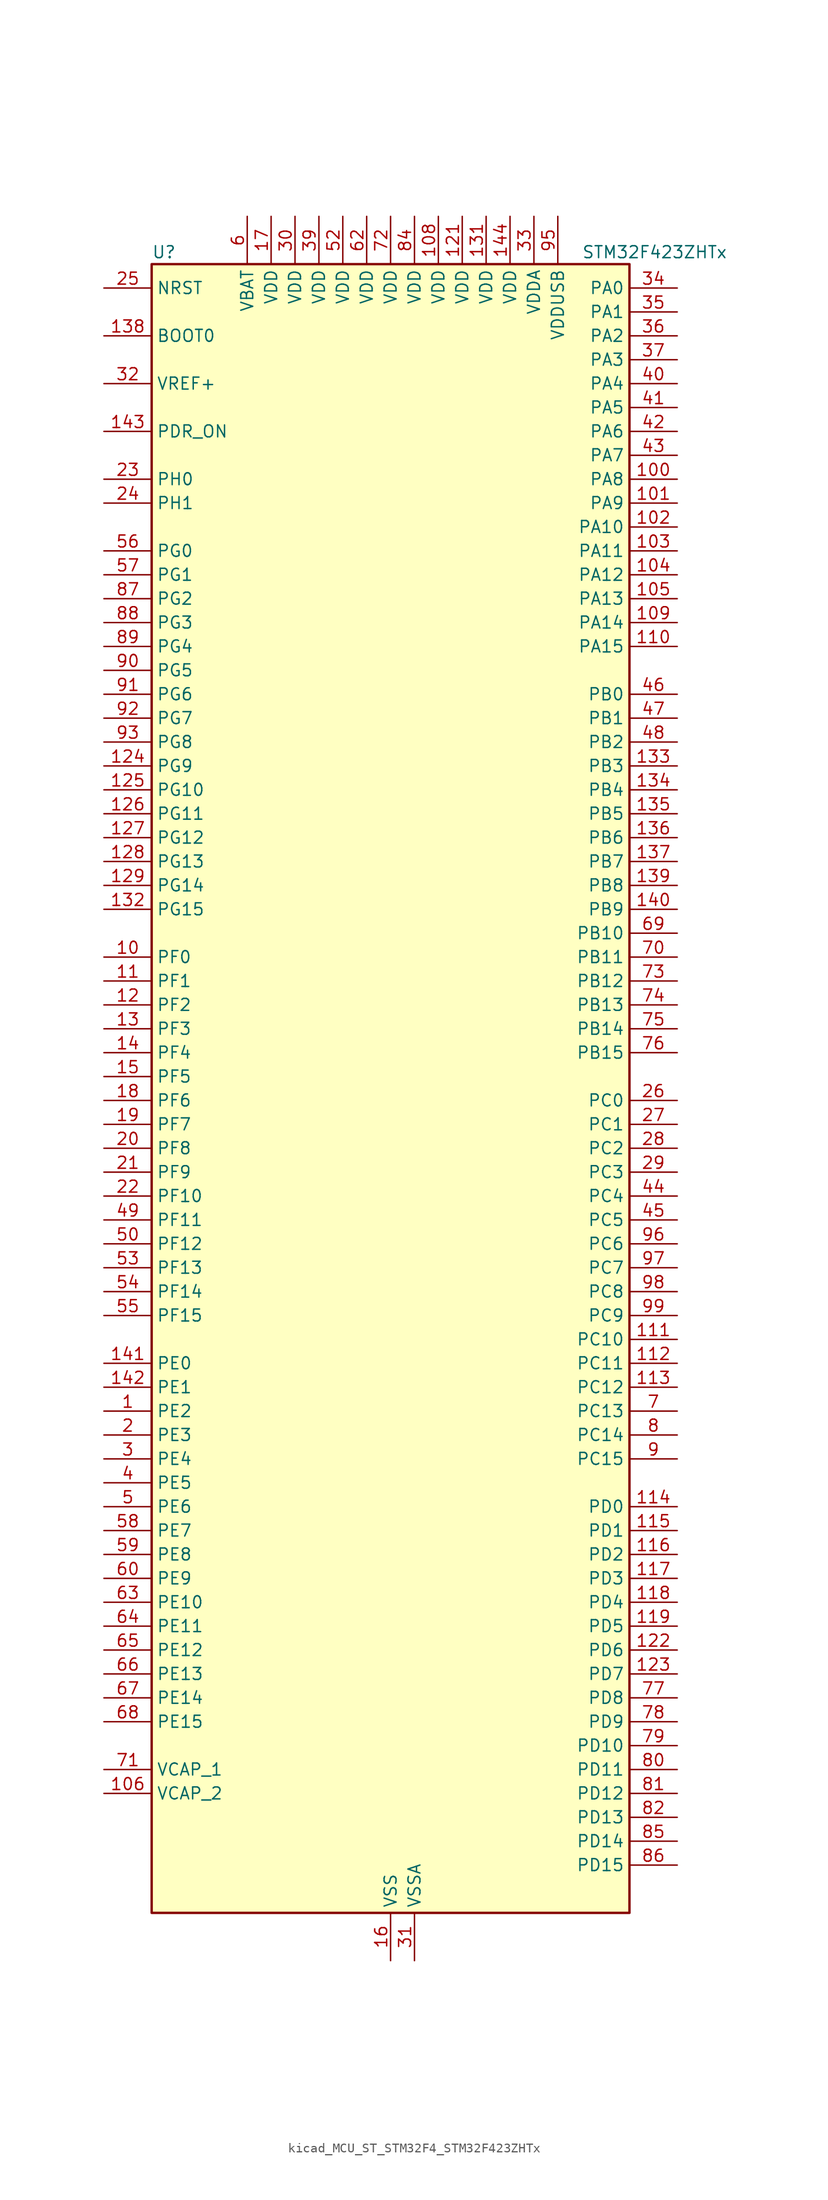
<source format=kicad_sym>
(kicad_symbol_lib
  (version 20220914)
  (generator kicad_symbol_editor)
  (symbol "kicad_MCU_ST_STM32F4_STM32F423ZHTx"
    (property "Reference" "U"
      (at -25.4 90.17 0)
      (effects (font (size 1.27 1.27)) (justify left)))
    (property "Value" "STM32F423ZHTx"
      (at 20.32 90.17 0)
      (effects (font (size 1.27 1.27)) (justify left)))
    (property "ki_locked" ""
      (at 0 0 0)
      (effects (font (size 1.27 1.27))))
    (symbol "kicad_MCU_ST_STM32F4_STM32F423ZHTx_0_1"
      (rectangle (start -25.4 -86.36) (end 25.4 88.9) (stroke (width 0.254) (type default)) (fill (type background))))
    (symbol "kicad_MCU_ST_STM32F4_STM32F423ZHTx_1_1"
      (pin bidirectional line (at -30.48 -33.02 0) (length 5.08) (name "PE2" (effects (font (size 1.27 1.27)))) (number "1" (effects (font (size 1.27 1.27)))) (alternate "FSMC_A23" bidirectional line) (alternate "I2S4_CK" bidirectional line) (alternate "I2S5_CK" bidirectional line) (alternate "QUADSPI_BK1_IO2" bidirectional line) (alternate "SAI1_MCLK_A" bidirectional line) (alternate "SPI4_SCK" bidirectional line) (alternate "SPI5_SCK" bidirectional line) (alternate "SYS_TRACECLK" bidirectional line) (alternate "UART10_RX" bidirectional line))
      (pin bidirectional line (at -30.48 15.24 0) (length 5.08) (name "PF0" (effects (font (size 1.27 1.27)))) (number "10" (effects (font (size 1.27 1.27)))) (alternate "FSMC_A0" bidirectional line) (alternate "I2C2_SDA" bidirectional line))
      (pin bidirectional line (at 30.48 66.04 180) (length 5.08) (name "PA8" (effects (font (size 1.27 1.27)))) (number "100" (effects (font (size 1.27 1.27)))) (alternate "CAN3_RX" bidirectional line) (alternate "DFSDM1_CKOUT" bidirectional line) (alternate "I2C3_SCL" bidirectional line) (alternate "RCC_MCO_1" bidirectional line) (alternate "SDIO_D1" bidirectional line) (alternate "TIM1_CH1" bidirectional line) (alternate "UART7_RX" bidirectional line) (alternate "USART1_CK" bidirectional line) (alternate "USB_OTG_FS_SOF" bidirectional line))
      (pin bidirectional line (at 30.48 63.5 180) (length 5.08) (name "PA9" (effects (font (size 1.27 1.27)))) (number "101" (effects (font (size 1.27 1.27)))) (alternate "DAC_EXTI9" bidirectional line) (alternate "DFSDM2_CKIN3" bidirectional line) (alternate "I2C3_SMBA" bidirectional line) (alternate "I2S2_CK" bidirectional line) (alternate "SDIO_D2" bidirectional line) (alternate "SPI2_SCK" bidirectional line) (alternate "TIM1_CH2" bidirectional line) (alternate "USART1_TX" bidirectional line) (alternate "USB_OTG_FS_VBUS" bidirectional line))
      (pin bidirectional line (at 30.48 60.96 180) (length 5.08) (name "PA10" (effects (font (size 1.27 1.27)))) (number "102" (effects (font (size 1.27 1.27)))) (alternate "DFSDM2_DATIN3" bidirectional line) (alternate "I2S2_SD" bidirectional line) (alternate "I2S5_SD" bidirectional line) (alternate "SPI2_MOSI" bidirectional line) (alternate "SPI5_MOSI" bidirectional line) (alternate "TIM1_CH3" bidirectional line) (alternate "USART1_RX" bidirectional line) (alternate "USB_OTG_FS_ID" bidirectional line))
      (pin bidirectional line (at 30.48 58.42 180) (length 5.08) (name "PA11" (effects (font (size 1.27 1.27)))) (number "103" (effects (font (size 1.27 1.27)))) (alternate "ADC1_EXTI11" bidirectional line) (alternate "CAN1_RX" bidirectional line) (alternate "DFSDM2_CKIN5" bidirectional line) (alternate "I2S2_WS" bidirectional line) (alternate "SPI2_NSS" bidirectional line) (alternate "SPI4_MISO" bidirectional line) (alternate "TIM1_CH4" bidirectional line) (alternate "UART4_RX" bidirectional line) (alternate "USART1_CTS" bidirectional line) (alternate "USART6_TX" bidirectional line) (alternate "USB_OTG_FS_DM" bidirectional line))
      (pin bidirectional line (at 30.48 55.88 180) (length 5.08) (name "PA12" (effects (font (size 1.27 1.27)))) (number "104" (effects (font (size 1.27 1.27)))) (alternate "CAN1_TX" bidirectional line) (alternate "DFSDM2_DATIN5" bidirectional line) (alternate "SPI2_MISO" bidirectional line) (alternate "SPI5_MISO" bidirectional line) (alternate "TIM1_ETR" bidirectional line) (alternate "UART4_TX" bidirectional line) (alternate "USART1_RTS" bidirectional line) (alternate "USART6_RX" bidirectional line) (alternate "USB_OTG_FS_DP" bidirectional line))
      (pin bidirectional line (at 30.48 53.34 180) (length 5.08) (name "PA13" (effects (font (size 1.27 1.27)))) (number "105" (effects (font (size 1.27 1.27)))) (alternate "SYS_JTMS-SWDIO" bidirectional line))
      (pin power_out line (at -30.48 -73.66 0) (length 5.08) (name "VCAP_2" (effects (font (size 1.27 1.27)))) (number "106" (effects (font (size 1.27 1.27)))))
      (pin passive line (at 0 -91.44 90) (length 5.08) hide (name "VSS" (effects (font (size 1.27 1.27)))) (number "107" (effects (font (size 1.27 1.27)))))
      (pin power_in line (at 5.08 93.98 270) (length 5.08) (name "VDD" (effects (font (size 1.27 1.27)))) (number "108" (effects (font (size 1.27 1.27)))))
      (pin bidirectional line (at 30.48 50.8 180) (length 5.08) (name "PA14" (effects (font (size 1.27 1.27)))) (number "109" (effects (font (size 1.27 1.27)))) (alternate "SYS_JTCK-SWCLK" bidirectional line))
      (pin bidirectional line (at -30.48 12.7 0) (length 5.08) (name "PF1" (effects (font (size 1.27 1.27)))) (number "11" (effects (font (size 1.27 1.27)))) (alternate "FSMC_A1" bidirectional line) (alternate "I2C2_SCL" bidirectional line))
      (pin bidirectional line (at 30.48 48.26 180) (length 5.08) (name "PA15" (effects (font (size 1.27 1.27)))) (number "110" (effects (font (size 1.27 1.27)))) (alternate "ADC1_EXTI15" bidirectional line) (alternate "CAN3_TX" bidirectional line) (alternate "I2S1_WS" bidirectional line) (alternate "I2S3_WS" bidirectional line) (alternate "SAI1_MCLK_A" bidirectional line) (alternate "SPI1_NSS" bidirectional line) (alternate "SPI3_NSS" bidirectional line) (alternate "SYS_JTDI" bidirectional line) (alternate "TIM2_CH1" bidirectional line) (alternate "TIM2_ETR" bidirectional line) (alternate "UART7_TX" bidirectional line) (alternate "USART1_TX" bidirectional line))
      (pin bidirectional line (at 30.48 -25.4 180) (length 5.08) (name "PC10" (effects (font (size 1.27 1.27)))) (number "111" (effects (font (size 1.27 1.27)))) (alternate "DFSDM2_CKIN5" bidirectional line) (alternate "I2S3_CK" bidirectional line) (alternate "QUADSPI_BK1_IO1" bidirectional line) (alternate "SDIO_D2" bidirectional line) (alternate "SPI3_SCK" bidirectional line) (alternate "USART3_TX" bidirectional line))
      (pin bidirectional line (at 30.48 -27.94 180) (length 5.08) (name "PC11" (effects (font (size 1.27 1.27)))) (number "112" (effects (font (size 1.27 1.27)))) (alternate "ADC1_EXTI11" bidirectional line) (alternate "DFSDM2_DATIN5" bidirectional line) (alternate "FSMC_D2" bidirectional line) (alternate "FSMC_DA2" bidirectional line) (alternate "I2S3_ext_SD" bidirectional line) (alternate "QUADSPI_BK2_NCS" bidirectional line) (alternate "SDIO_D3" bidirectional line) (alternate "SPI3_MISO" bidirectional line) (alternate "UART4_RX" bidirectional line) (alternate "USART3_RX" bidirectional line))
      (pin bidirectional line (at 30.48 -30.48 180) (length 5.08) (name "PC12" (effects (font (size 1.27 1.27)))) (number "113" (effects (font (size 1.27 1.27)))) (alternate "FSMC_D3" bidirectional line) (alternate "FSMC_DA3" bidirectional line) (alternate "I2S3_SD" bidirectional line) (alternate "SDIO_CK" bidirectional line) (alternate "SPI3_MOSI" bidirectional line) (alternate "UART5_TX" bidirectional line) (alternate "USART3_CK" bidirectional line))
      (pin bidirectional line (at 30.48 -43.18 180) (length 5.08) (name "PD0" (effects (font (size 1.27 1.27)))) (number "114" (effects (font (size 1.27 1.27)))) (alternate "CAN1_RX" bidirectional line) (alternate "DFSDM2_CKIN6" bidirectional line) (alternate "FSMC_D2" bidirectional line) (alternate "FSMC_DA2" bidirectional line) (alternate "UART4_RX" bidirectional line))
      (pin bidirectional line (at 30.48 -45.72 180) (length 5.08) (name "PD1" (effects (font (size 1.27 1.27)))) (number "115" (effects (font (size 1.27 1.27)))) (alternate "CAN1_TX" bidirectional line) (alternate "DFSDM2_DATIN6" bidirectional line) (alternate "FSMC_D3" bidirectional line) (alternate "FSMC_DA3" bidirectional line) (alternate "UART4_TX" bidirectional line))
      (pin bidirectional line (at 30.48 -48.26 180) (length 5.08) (name "PD2" (effects (font (size 1.27 1.27)))) (number "116" (effects (font (size 1.27 1.27)))) (alternate "DFSDM2_CKOUT" bidirectional line) (alternate "FSMC_NWE" bidirectional line) (alternate "SDIO_CMD" bidirectional line) (alternate "TIM3_ETR" bidirectional line) (alternate "UART5_RX" bidirectional line))
      (pin bidirectional line (at 30.48 -50.8 180) (length 5.08) (name "PD3" (effects (font (size 1.27 1.27)))) (number "117" (effects (font (size 1.27 1.27)))) (alternate "DFSDM1_DATIN0" bidirectional line) (alternate "FSMC_CLK" bidirectional line) (alternate "I2S2_CK" bidirectional line) (alternate "QUADSPI_CLK" bidirectional line) (alternate "SPI2_SCK" bidirectional line) (alternate "SYS_TRACED1" bidirectional line) (alternate "USART2_CTS" bidirectional line))
      (pin bidirectional line (at 30.48 -53.34 180) (length 5.08) (name "PD4" (effects (font (size 1.27 1.27)))) (number "118" (effects (font (size 1.27 1.27)))) (alternate "DFSDM1_CKIN0" bidirectional line) (alternate "FSMC_NOE" bidirectional line) (alternate "USART2_RTS" bidirectional line))
      (pin bidirectional line (at 30.48 -55.88 180) (length 5.08) (name "PD5" (effects (font (size 1.27 1.27)))) (number "119" (effects (font (size 1.27 1.27)))) (alternate "DFSDM2_CKOUT" bidirectional line) (alternate "FSMC_NWE" bidirectional line) (alternate "USART2_TX" bidirectional line))
      (pin bidirectional line (at -30.48 10.16 0) (length 5.08) (name "PF2" (effects (font (size 1.27 1.27)))) (number "12" (effects (font (size 1.27 1.27)))) (alternate "FSMC_A2" bidirectional line) (alternate "I2C2_SMBA" bidirectional line))
      (pin passive line (at 0 -91.44 90) (length 5.08) hide (name "VSS" (effects (font (size 1.27 1.27)))) (number "120" (effects (font (size 1.27 1.27)))))
      (pin power_in line (at 7.62 93.98 270) (length 5.08) (name "VDD" (effects (font (size 1.27 1.27)))) (number "121" (effects (font (size 1.27 1.27)))))
      (pin bidirectional line (at 30.48 -58.42 180) (length 5.08) (name "PD6" (effects (font (size 1.27 1.27)))) (number "122" (effects (font (size 1.27 1.27)))) (alternate "DFSDM1_DATIN1" bidirectional line) (alternate "FSMC_NWAIT" bidirectional line) (alternate "I2S3_SD" bidirectional line) (alternate "SPI3_MOSI" bidirectional line) (alternate "USART2_RX" bidirectional line))
      (pin bidirectional line (at 30.48 -60.96 180) (length 5.08) (name "PD7" (effects (font (size 1.27 1.27)))) (number "123" (effects (font (size 1.27 1.27)))) (alternate "DFSDM1_CKIN1" bidirectional line) (alternate "FSMC_NE1" bidirectional line) (alternate "USART2_CK" bidirectional line))
      (pin bidirectional line (at -30.48 35.56 0) (length 5.08) (name "PG9" (effects (font (size 1.27 1.27)))) (number "124" (effects (font (size 1.27 1.27)))) (alternate "DAC_EXTI9" bidirectional line) (alternate "FSMC_NE2" bidirectional line) (alternate "QUADSPI_BK2_IO2" bidirectional line) (alternate "USART6_RX" bidirectional line))
      (pin bidirectional line (at -30.48 33.02 0) (length 5.08) (name "PG10" (effects (font (size 1.27 1.27)))) (number "125" (effects (font (size 1.27 1.27)))) (alternate "FSMC_NE3" bidirectional line))
      (pin bidirectional line (at -30.48 30.48 0) (length 5.08) (name "PG11" (effects (font (size 1.27 1.27)))) (number "126" (effects (font (size 1.27 1.27)))) (alternate "ADC1_EXTI11" bidirectional line) (alternate "CAN2_RX" bidirectional line) (alternate "UART10_RX" bidirectional line))
      (pin bidirectional line (at -30.48 27.94 0) (length 5.08) (name "PG12" (effects (font (size 1.27 1.27)))) (number "127" (effects (font (size 1.27 1.27)))) (alternate "CAN2_TX" bidirectional line) (alternate "FSMC_NE4" bidirectional line) (alternate "UART10_TX" bidirectional line) (alternate "USART6_RTS" bidirectional line))
      (pin bidirectional line (at -30.48 25.4 0) (length 5.08) (name "PG13" (effects (font (size 1.27 1.27)))) (number "128" (effects (font (size 1.27 1.27)))) (alternate "FSMC_A24" bidirectional line) (alternate "SYS_TRACED2" bidirectional line) (alternate "USART6_CTS" bidirectional line))
      (pin bidirectional line (at -30.48 22.86 0) (length 5.08) (name "PG14" (effects (font (size 1.27 1.27)))) (number "129" (effects (font (size 1.27 1.27)))) (alternate "FSMC_A25" bidirectional line) (alternate "QUADSPI_BK2_IO3" bidirectional line) (alternate "SYS_TRACED3" bidirectional line) (alternate "USART6_TX" bidirectional line))
      (pin bidirectional line (at -30.48 7.62 0) (length 5.08) (name "PF3" (effects (font (size 1.27 1.27)))) (number "13" (effects (font (size 1.27 1.27)))) (alternate "FSMC_A3" bidirectional line) (alternate "TIM5_CH1" bidirectional line))
      (pin passive line (at 0 -91.44 90) (length 5.08) hide (name "VSS" (effects (font (size 1.27 1.27)))) (number "130" (effects (font (size 1.27 1.27)))))
      (pin power_in line (at 10.16 93.98 270) (length 5.08) (name "VDD" (effects (font (size 1.27 1.27)))) (number "131" (effects (font (size 1.27 1.27)))))
      (pin bidirectional line (at -30.48 20.32 0) (length 5.08) (name "PG15" (effects (font (size 1.27 1.27)))) (number "132" (effects (font (size 1.27 1.27)))) (alternate "ADC1_EXTI15" bidirectional line) (alternate "USART6_CTS" bidirectional line))
      (pin bidirectional line (at 30.48 35.56 180) (length 5.08) (name "PB3" (effects (font (size 1.27 1.27)))) (number "133" (effects (font (size 1.27 1.27)))) (alternate "CAN3_RX" bidirectional line) (alternate "FMPI2C1_SDA" bidirectional line) (alternate "I2C2_SDA" bidirectional line) (alternate "I2S1_CK" bidirectional line) (alternate "I2S3_CK" bidirectional line) (alternate "SAI1_SD_A" bidirectional line) (alternate "SPI1_SCK" bidirectional line) (alternate "SPI3_SCK" bidirectional line) (alternate "SYS_JTDO-SWO" bidirectional line) (alternate "TIM2_CH2" bidirectional line) (alternate "UART7_RX" bidirectional line) (alternate "USART1_RX" bidirectional line))
      (pin bidirectional line (at 30.48 33.02 180) (length 5.08) (name "PB4" (effects (font (size 1.27 1.27)))) (number "134" (effects (font (size 1.27 1.27)))) (alternate "CAN3_TX" bidirectional line) (alternate "I2C3_SDA" bidirectional line) (alternate "I2S3_ext_SD" bidirectional line) (alternate "SAI1_SCK_A" bidirectional line) (alternate "SDIO_D0" bidirectional line) (alternate "SPI1_MISO" bidirectional line) (alternate "SPI3_MISO" bidirectional line) (alternate "SYS_JTRST" bidirectional line) (alternate "TIM3_CH1" bidirectional line) (alternate "UART7_TX" bidirectional line))
      (pin bidirectional line (at 30.48 30.48 180) (length 5.08) (name "PB5" (effects (font (size 1.27 1.27)))) (number "135" (effects (font (size 1.27 1.27)))) (alternate "CAN2_RX" bidirectional line) (alternate "I2C1_SMBA" bidirectional line) (alternate "I2S1_SD" bidirectional line) (alternate "I2S3_SD" bidirectional line) (alternate "LPTIM1_IN1" bidirectional line) (alternate "SAI1_FS_A" bidirectional line) (alternate "SDIO_D3" bidirectional line) (alternate "SPI1_MOSI" bidirectional line) (alternate "SPI3_MOSI" bidirectional line) (alternate "TIM3_CH2" bidirectional line) (alternate "UART5_RX" bidirectional line))
      (pin bidirectional line (at 30.48 27.94 180) (length 5.08) (name "PB6" (effects (font (size 1.27 1.27)))) (number "136" (effects (font (size 1.27 1.27)))) (alternate "CAN2_TX" bidirectional line) (alternate "DFSDM2_CKIN7" bidirectional line) (alternate "I2C1_SCL" bidirectional line) (alternate "LPTIM1_ETR" bidirectional line) (alternate "QUADSPI_BK1_NCS" bidirectional line) (alternate "SDIO_D0" bidirectional line) (alternate "TIM4_CH1" bidirectional line) (alternate "UART5_TX" bidirectional line) (alternate "USART1_TX" bidirectional line))
      (pin bidirectional line (at 30.48 25.4 180) (length 5.08) (name "PB7" (effects (font (size 1.27 1.27)))) (number "137" (effects (font (size 1.27 1.27)))) (alternate "DFSDM2_DATIN7" bidirectional line) (alternate "FSMC_NL" bidirectional line) (alternate "I2C1_SDA" bidirectional line) (alternate "LPTIM1_IN2" bidirectional line) (alternate "TIM4_CH2" bidirectional line) (alternate "USART1_RX" bidirectional line))
      (pin input line (at -30.48 81.28 0) (length 5.08) (name "BOOT0" (effects (font (size 1.27 1.27)))) (number "138" (effects (font (size 1.27 1.27)))))
      (pin bidirectional line (at 30.48 22.86 180) (length 5.08) (name "PB8" (effects (font (size 1.27 1.27)))) (number "139" (effects (font (size 1.27 1.27)))) (alternate "CAN1_RX" bidirectional line) (alternate "DFSDM2_CKIN1" bidirectional line) (alternate "I2C1_SCL" bidirectional line) (alternate "I2C3_SDA" bidirectional line) (alternate "I2S5_SD" bidirectional line) (alternate "LPTIM1_OUT" bidirectional line) (alternate "SDIO_D4" bidirectional line) (alternate "SPI5_MOSI" bidirectional line) (alternate "TIM10_CH1" bidirectional line) (alternate "TIM4_CH3" bidirectional line) (alternate "UART5_RX" bidirectional line))
      (pin bidirectional line (at -30.48 5.08 0) (length 5.08) (name "PF4" (effects (font (size 1.27 1.27)))) (number "14" (effects (font (size 1.27 1.27)))) (alternate "FSMC_A4" bidirectional line) (alternate "TIM5_CH2" bidirectional line))
      (pin bidirectional line (at 30.48 20.32 180) (length 5.08) (name "PB9" (effects (font (size 1.27 1.27)))) (number "140" (effects (font (size 1.27 1.27)))) (alternate "CAN1_TX" bidirectional line) (alternate "DAC_EXTI9" bidirectional line) (alternate "DFSDM2_DATIN1" bidirectional line) (alternate "I2C1_SDA" bidirectional line) (alternate "I2C2_SDA" bidirectional line) (alternate "I2S2_WS" bidirectional line) (alternate "SDIO_D5" bidirectional line) (alternate "SPI2_NSS" bidirectional line) (alternate "TIM11_CH1" bidirectional line) (alternate "TIM4_CH4" bidirectional line) (alternate "UART5_TX" bidirectional line))
      (pin bidirectional line (at -30.48 -27.94 0) (length 5.08) (name "PE0" (effects (font (size 1.27 1.27)))) (number "141" (effects (font (size 1.27 1.27)))) (alternate "DFSDM2_CKIN4" bidirectional line) (alternate "FSMC_NBL0" bidirectional line) (alternate "TIM4_ETR" bidirectional line) (alternate "UART8_RX" bidirectional line))
      (pin bidirectional line (at -30.48 -30.48 0) (length 5.08) (name "PE1" (effects (font (size 1.27 1.27)))) (number "142" (effects (font (size 1.27 1.27)))) (alternate "DFSDM2_DATIN4" bidirectional line) (alternate "FSMC_NBL1" bidirectional line) (alternate "UART8_TX" bidirectional line))
      (pin input line (at -30.48 71.12 0) (length 5.08) (name "PDR_ON" (effects (font (size 1.27 1.27)))) (number "143" (effects (font (size 1.27 1.27)))))
      (pin power_in line (at 12.7 93.98 270) (length 5.08) (name "VDD" (effects (font (size 1.27 1.27)))) (number "144" (effects (font (size 1.27 1.27)))))
      (pin bidirectional line (at -30.48 2.54 0) (length 5.08) (name "PF5" (effects (font (size 1.27 1.27)))) (number "15" (effects (font (size 1.27 1.27)))) (alternate "FSMC_A5" bidirectional line) (alternate "TIM5_CH3" bidirectional line))
      (pin power_in line (at 0 -91.44 90) (length 5.08) (name "VSS" (effects (font (size 1.27 1.27)))) (number "16" (effects (font (size 1.27 1.27)))))
      (pin power_in line (at -12.7 93.98 270) (length 5.08) (name "VDD" (effects (font (size 1.27 1.27)))) (number "17" (effects (font (size 1.27 1.27)))))
      (pin bidirectional line (at -30.48 0 0) (length 5.08) (name "PF6" (effects (font (size 1.27 1.27)))) (number "18" (effects (font (size 1.27 1.27)))) (alternate "QUADSPI_BK1_IO3" bidirectional line) (alternate "SAI1_SD_B" bidirectional line) (alternate "SYS_TRACED0" bidirectional line) (alternate "TIM10_CH1" bidirectional line) (alternate "UART7_RX" bidirectional line))
      (pin bidirectional line (at -30.48 -2.54 0) (length 5.08) (name "PF7" (effects (font (size 1.27 1.27)))) (number "19" (effects (font (size 1.27 1.27)))) (alternate "QUADSPI_BK1_IO2" bidirectional line) (alternate "SAI1_MCLK_B" bidirectional line) (alternate "SYS_TRACED1" bidirectional line) (alternate "TIM11_CH1" bidirectional line) (alternate "UART7_TX" bidirectional line))
      (pin bidirectional line (at -30.48 -35.56 0) (length 5.08) (name "PE3" (effects (font (size 1.27 1.27)))) (number "2" (effects (font (size 1.27 1.27)))) (alternate "FSMC_A19" bidirectional line) (alternate "SAI1_SD_B" bidirectional line) (alternate "SYS_TRACED0" bidirectional line) (alternate "UART10_TX" bidirectional line))
      (pin bidirectional line (at -30.48 -5.08 0) (length 5.08) (name "PF8" (effects (font (size 1.27 1.27)))) (number "20" (effects (font (size 1.27 1.27)))) (alternate "QUADSPI_BK1_IO0" bidirectional line) (alternate "SAI1_SCK_B" bidirectional line) (alternate "TIM13_CH1" bidirectional line) (alternate "UART8_RX" bidirectional line))
      (pin bidirectional line (at -30.48 -7.62 0) (length 5.08) (name "PF9" (effects (font (size 1.27 1.27)))) (number "21" (effects (font (size 1.27 1.27)))) (alternate "DAC_EXTI9" bidirectional line) (alternate "QUADSPI_BK1_IO1" bidirectional line) (alternate "SAI1_FS_B" bidirectional line) (alternate "TIM14_CH1" bidirectional line) (alternate "UART8_TX" bidirectional line))
      (pin bidirectional line (at -30.48 -10.16 0) (length 5.08) (name "PF10" (effects (font (size 1.27 1.27)))) (number "22" (effects (font (size 1.27 1.27)))) (alternate "TIM1_ETR" bidirectional line) (alternate "TIM5_CH4" bidirectional line))
      (pin bidirectional line (at -30.48 66.04 0) (length 5.08) (name "PH0" (effects (font (size 1.27 1.27)))) (number "23" (effects (font (size 1.27 1.27)))) (alternate "RCC_OSC_IN" bidirectional line))
      (pin bidirectional line (at -30.48 63.5 0) (length 5.08) (name "PH1" (effects (font (size 1.27 1.27)))) (number "24" (effects (font (size 1.27 1.27)))) (alternate "RCC_OSC_OUT" bidirectional line))
      (pin input line (at -30.48 86.36 0) (length 5.08) (name "NRST" (effects (font (size 1.27 1.27)))) (number "25" (effects (font (size 1.27 1.27)))))
      (pin bidirectional line (at 30.48 0 180) (length 5.08) (name "PC0" (effects (font (size 1.27 1.27)))) (number "26" (effects (font (size 1.27 1.27)))) (alternate "ADC1_IN10" bidirectional line) (alternate "DFSDM2_CKIN4" bidirectional line) (alternate "LPTIM1_IN1" bidirectional line) (alternate "SAI1_MCLK_B" bidirectional line) (alternate "SYS_WKUP2" bidirectional line))
      (pin bidirectional line (at 30.48 -2.54 180) (length 5.08) (name "PC1" (effects (font (size 1.27 1.27)))) (number "27" (effects (font (size 1.27 1.27)))) (alternate "ADC1_IN11" bidirectional line) (alternate "DFSDM2_DATIN4" bidirectional line) (alternate "LPTIM1_OUT" bidirectional line) (alternate "SAI1_SD_B" bidirectional line) (alternate "SYS_WKUP3" bidirectional line))
      (pin bidirectional line (at 30.48 -5.08 180) (length 5.08) (name "PC2" (effects (font (size 1.27 1.27)))) (number "28" (effects (font (size 1.27 1.27)))) (alternate "ADC1_IN12" bidirectional line) (alternate "DFSDM1_CKOUT" bidirectional line) (alternate "DFSDM2_DATIN7" bidirectional line) (alternate "FSMC_NWE" bidirectional line) (alternate "I2S2_ext_SD" bidirectional line) (alternate "LPTIM1_IN2" bidirectional line) (alternate "SAI1_SCK_B" bidirectional line) (alternate "SPI2_MISO" bidirectional line))
      (pin bidirectional line (at 30.48 -7.62 180) (length 5.08) (name "PC3" (effects (font (size 1.27 1.27)))) (number "29" (effects (font (size 1.27 1.27)))) (alternate "ADC1_IN13" bidirectional line) (alternate "DFSDM2_CKIN7" bidirectional line) (alternate "FSMC_A0" bidirectional line) (alternate "I2S2_SD" bidirectional line) (alternate "LPTIM1_ETR" bidirectional line) (alternate "SAI1_FS_B" bidirectional line) (alternate "SPI2_MOSI" bidirectional line))
      (pin bidirectional line (at -30.48 -38.1 0) (length 5.08) (name "PE4" (effects (font (size 1.27 1.27)))) (number "3" (effects (font (size 1.27 1.27)))) (alternate "DFSDM1_DATIN3" bidirectional line) (alternate "FSMC_A20" bidirectional line) (alternate "I2S4_WS" bidirectional line) (alternate "I2S5_WS" bidirectional line) (alternate "SAI1_SD_A" bidirectional line) (alternate "SPI4_NSS" bidirectional line) (alternate "SPI5_NSS" bidirectional line) (alternate "SYS_TRACED1" bidirectional line))
      (pin power_in line (at -10.16 93.98 270) (length 5.08) (name "VDD" (effects (font (size 1.27 1.27)))) (number "30" (effects (font (size 1.27 1.27)))))
      (pin power_in line (at 2.54 -91.44 90) (length 5.08) (name "VSSA" (effects (font (size 1.27 1.27)))) (number "31" (effects (font (size 1.27 1.27)))))
      (pin input line (at -30.48 76.2 0) (length 5.08) (name "VREF+" (effects (font (size 1.27 1.27)))) (number "32" (effects (font (size 1.27 1.27)))))
      (pin power_in line (at 15.24 93.98 270) (length 5.08) (name "VDDA" (effects (font (size 1.27 1.27)))) (number "33" (effects (font (size 1.27 1.27)))))
      (pin bidirectional line (at 30.48 86.36 180) (length 5.08) (name "PA0" (effects (font (size 1.27 1.27)))) (number "34" (effects (font (size 1.27 1.27)))) (alternate "ADC1_IN0" bidirectional line) (alternate "SYS_WKUP1" bidirectional line) (alternate "TIM2_CH1" bidirectional line) (alternate "TIM2_ETR" bidirectional line) (alternate "TIM5_CH1" bidirectional line) (alternate "TIM8_ETR" bidirectional line) (alternate "UART4_TX" bidirectional line) (alternate "USART2_CTS" bidirectional line))
      (pin bidirectional line (at 30.48 83.82 180) (length 5.08) (name "PA1" (effects (font (size 1.27 1.27)))) (number "35" (effects (font (size 1.27 1.27)))) (alternate "ADC1_IN1" bidirectional line) (alternate "I2S4_SD" bidirectional line) (alternate "QUADSPI_BK1_IO3" bidirectional line) (alternate "SPI4_MOSI" bidirectional line) (alternate "TIM2_CH2" bidirectional line) (alternate "TIM5_CH2" bidirectional line) (alternate "UART4_RX" bidirectional line) (alternate "USART2_RTS" bidirectional line))
      (pin bidirectional line (at 30.48 81.28 180) (length 5.08) (name "PA2" (effects (font (size 1.27 1.27)))) (number "36" (effects (font (size 1.27 1.27)))) (alternate "ADC1_IN2" bidirectional line) (alternate "FSMC_D4" bidirectional line) (alternate "FSMC_DA4" bidirectional line) (alternate "I2S_CKIN" bidirectional line) (alternate "TIM2_CH3" bidirectional line) (alternate "TIM5_CH3" bidirectional line) (alternate "TIM9_CH1" bidirectional line) (alternate "USART2_TX" bidirectional line))
      (pin bidirectional line (at 30.48 78.74 180) (length 5.08) (name "PA3" (effects (font (size 1.27 1.27)))) (number "37" (effects (font (size 1.27 1.27)))) (alternate "ADC1_IN3" bidirectional line) (alternate "FSMC_D5" bidirectional line) (alternate "FSMC_DA5" bidirectional line) (alternate "I2S2_MCK" bidirectional line) (alternate "SAI1_SD_B" bidirectional line) (alternate "TIM2_CH4" bidirectional line) (alternate "TIM5_CH4" bidirectional line) (alternate "TIM9_CH2" bidirectional line) (alternate "USART2_RX" bidirectional line))
      (pin passive line (at 0 -91.44 90) (length 5.08) hide (name "VSS" (effects (font (size 1.27 1.27)))) (number "38" (effects (font (size 1.27 1.27)))))
      (pin power_in line (at -7.62 93.98 270) (length 5.08) (name "VDD" (effects (font (size 1.27 1.27)))) (number "39" (effects (font (size 1.27 1.27)))))
      (pin bidirectional line (at -30.48 -40.64 0) (length 5.08) (name "PE5" (effects (font (size 1.27 1.27)))) (number "4" (effects (font (size 1.27 1.27)))) (alternate "DFSDM1_CKIN3" bidirectional line) (alternate "FSMC_A21" bidirectional line) (alternate "SAI1_SCK_A" bidirectional line) (alternate "SPI4_MISO" bidirectional line) (alternate "SPI5_MISO" bidirectional line) (alternate "SYS_TRACED2" bidirectional line) (alternate "TIM9_CH1" bidirectional line))
      (pin bidirectional line (at 30.48 76.2 180) (length 5.08) (name "PA4" (effects (font (size 1.27 1.27)))) (number "40" (effects (font (size 1.27 1.27)))) (alternate "ADC1_IN4" bidirectional line) (alternate "DAC_OUT1" bidirectional line) (alternate "DFSDM1_DATIN1" bidirectional line) (alternate "FSMC_D6" bidirectional line) (alternate "FSMC_DA6" bidirectional line) (alternate "I2S1_WS" bidirectional line) (alternate "I2S3_WS" bidirectional line) (alternate "SPI1_NSS" bidirectional line) (alternate "SPI3_NSS" bidirectional line) (alternate "USART2_CK" bidirectional line))
      (pin bidirectional line (at 30.48 73.66 180) (length 5.08) (name "PA5" (effects (font (size 1.27 1.27)))) (number "41" (effects (font (size 1.27 1.27)))) (alternate "ADC1_IN5" bidirectional line) (alternate "DAC_OUT2" bidirectional line) (alternate "DFSDM1_CKIN1" bidirectional line) (alternate "FSMC_D7" bidirectional line) (alternate "FSMC_DA7" bidirectional line) (alternate "I2S1_CK" bidirectional line) (alternate "SPI1_SCK" bidirectional line) (alternate "TIM2_CH1" bidirectional line) (alternate "TIM2_ETR" bidirectional line) (alternate "TIM8_CH1N" bidirectional line))
      (pin bidirectional line (at 30.48 71.12 180) (length 5.08) (name "PA6" (effects (font (size 1.27 1.27)))) (number "42" (effects (font (size 1.27 1.27)))) (alternate "ADC1_IN6" bidirectional line) (alternate "DFSDM2_CKIN1" bidirectional line) (alternate "I2S2_MCK" bidirectional line) (alternate "QUADSPI_BK2_IO0" bidirectional line) (alternate "SDIO_CMD" bidirectional line) (alternate "SPI1_MISO" bidirectional line) (alternate "TIM13_CH1" bidirectional line) (alternate "TIM1_BKIN" bidirectional line) (alternate "TIM3_CH1" bidirectional line) (alternate "TIM8_BKIN" bidirectional line))
      (pin bidirectional line (at 30.48 68.58 180) (length 5.08) (name "PA7" (effects (font (size 1.27 1.27)))) (number "43" (effects (font (size 1.27 1.27)))) (alternate "ADC1_IN7" bidirectional line) (alternate "DFSDM2_DATIN1" bidirectional line) (alternate "I2S1_SD" bidirectional line) (alternate "QUADSPI_BK2_IO1" bidirectional line) (alternate "SPI1_MOSI" bidirectional line) (alternate "TIM14_CH1" bidirectional line) (alternate "TIM1_CH1N" bidirectional line) (alternate "TIM3_CH2" bidirectional line) (alternate "TIM8_CH1N" bidirectional line))
      (pin bidirectional line (at 30.48 -10.16 180) (length 5.08) (name "PC4" (effects (font (size 1.27 1.27)))) (number "44" (effects (font (size 1.27 1.27)))) (alternate "ADC1_IN14" bidirectional line) (alternate "DFSDM2_CKIN2" bidirectional line) (alternate "FSMC_NE4" bidirectional line) (alternate "I2S1_MCK" bidirectional line) (alternate "QUADSPI_BK2_IO2" bidirectional line))
      (pin bidirectional line (at 30.48 -12.7 180) (length 5.08) (name "PC5" (effects (font (size 1.27 1.27)))) (number "45" (effects (font (size 1.27 1.27)))) (alternate "ADC1_IN15" bidirectional line) (alternate "DFSDM2_DATIN2" bidirectional line) (alternate "FMPI2C1_SMBA" bidirectional line) (alternate "FSMC_NOE" bidirectional line) (alternate "QUADSPI_BK2_IO3" bidirectional line) (alternate "USART3_RX" bidirectional line))
      (pin bidirectional line (at 30.48 43.18 180) (length 5.08) (name "PB0" (effects (font (size 1.27 1.27)))) (number "46" (effects (font (size 1.27 1.27)))) (alternate "ADC1_IN8" bidirectional line) (alternate "I2S5_CK" bidirectional line) (alternate "SPI5_SCK" bidirectional line) (alternate "TIM1_CH2N" bidirectional line) (alternate "TIM3_CH3" bidirectional line) (alternate "TIM8_CH2N" bidirectional line))
      (pin bidirectional line (at 30.48 40.64 180) (length 5.08) (name "PB1" (effects (font (size 1.27 1.27)))) (number "47" (effects (font (size 1.27 1.27)))) (alternate "ADC1_IN9" bidirectional line) (alternate "DFSDM1_DATIN0" bidirectional line) (alternate "I2S5_WS" bidirectional line) (alternate "QUADSPI_CLK" bidirectional line) (alternate "SPI5_NSS" bidirectional line) (alternate "TIM1_CH3N" bidirectional line) (alternate "TIM3_CH4" bidirectional line) (alternate "TIM8_CH3N" bidirectional line))
      (pin bidirectional line (at 30.48 38.1 180) (length 5.08) (name "PB2" (effects (font (size 1.27 1.27)))) (number "48" (effects (font (size 1.27 1.27)))) (alternate "DFSDM1_CKIN0" bidirectional line) (alternate "LPTIM1_OUT" bidirectional line) (alternate "QUADSPI_CLK" bidirectional line))
      (pin bidirectional line (at -30.48 -12.7 0) (length 5.08) (name "PF11" (effects (font (size 1.27 1.27)))) (number "49" (effects (font (size 1.27 1.27)))) (alternate "ADC1_EXTI11" bidirectional line) (alternate "TIM8_ETR" bidirectional line))
      (pin bidirectional line (at -30.48 -43.18 0) (length 5.08) (name "PE6" (effects (font (size 1.27 1.27)))) (number "5" (effects (font (size 1.27 1.27)))) (alternate "FSMC_A22" bidirectional line) (alternate "I2S4_SD" bidirectional line) (alternate "I2S5_SD" bidirectional line) (alternate "SAI1_FS_A" bidirectional line) (alternate "SPI4_MOSI" bidirectional line) (alternate "SPI5_MOSI" bidirectional line) (alternate "SYS_TRACED3" bidirectional line) (alternate "TIM9_CH2" bidirectional line))
      (pin bidirectional line (at -30.48 -15.24 0) (length 5.08) (name "PF12" (effects (font (size 1.27 1.27)))) (number "50" (effects (font (size 1.27 1.27)))) (alternate "FSMC_A6" bidirectional line) (alternate "TIM8_BKIN" bidirectional line))
      (pin passive line (at 0 -91.44 90) (length 5.08) hide (name "VSS" (effects (font (size 1.27 1.27)))) (number "51" (effects (font (size 1.27 1.27)))))
      (pin power_in line (at -5.08 93.98 270) (length 5.08) (name "VDD" (effects (font (size 1.27 1.27)))) (number "52" (effects (font (size 1.27 1.27)))))
      (pin bidirectional line (at -30.48 -17.78 0) (length 5.08) (name "PF13" (effects (font (size 1.27 1.27)))) (number "53" (effects (font (size 1.27 1.27)))) (alternate "FMPI2C1_SMBA" bidirectional line) (alternate "FSMC_A7" bidirectional line))
      (pin bidirectional line (at -30.48 -20.32 0) (length 5.08) (name "PF14" (effects (font (size 1.27 1.27)))) (number "54" (effects (font (size 1.27 1.27)))) (alternate "FMPI2C1_SCL" bidirectional line) (alternate "FSMC_A8" bidirectional line))
      (pin bidirectional line (at -30.48 -22.86 0) (length 5.08) (name "PF15" (effects (font (size 1.27 1.27)))) (number "55" (effects (font (size 1.27 1.27)))) (alternate "ADC1_EXTI15" bidirectional line) (alternate "FMPI2C1_SDA" bidirectional line) (alternate "FSMC_A9" bidirectional line))
      (pin bidirectional line (at -30.48 58.42 0) (length 5.08) (name "PG0" (effects (font (size 1.27 1.27)))) (number "56" (effects (font (size 1.27 1.27)))) (alternate "CAN1_RX" bidirectional line) (alternate "FSMC_A10" bidirectional line) (alternate "UART9_RX" bidirectional line))
      (pin bidirectional line (at -30.48 55.88 0) (length 5.08) (name "PG1" (effects (font (size 1.27 1.27)))) (number "57" (effects (font (size 1.27 1.27)))) (alternate "CAN1_TX" bidirectional line) (alternate "FSMC_A11" bidirectional line) (alternate "UART9_TX" bidirectional line))
      (pin bidirectional line (at -30.48 -45.72 0) (length 5.08) (name "PE7" (effects (font (size 1.27 1.27)))) (number "58" (effects (font (size 1.27 1.27)))) (alternate "DFSDM1_DATIN2" bidirectional line) (alternate "FSMC_D4" bidirectional line) (alternate "FSMC_DA4" bidirectional line) (alternate "QUADSPI_BK2_IO0" bidirectional line) (alternate "TIM1_ETR" bidirectional line) (alternate "UART7_RX" bidirectional line))
      (pin bidirectional line (at -30.48 -48.26 0) (length 5.08) (name "PE8" (effects (font (size 1.27 1.27)))) (number "59" (effects (font (size 1.27 1.27)))) (alternate "DFSDM1_CKIN2" bidirectional line) (alternate "FSMC_D5" bidirectional line) (alternate "FSMC_DA5" bidirectional line) (alternate "QUADSPI_BK2_IO1" bidirectional line) (alternate "TIM1_CH1N" bidirectional line) (alternate "UART7_TX" bidirectional line))
      (pin power_in line (at -15.24 93.98 270) (length 5.08) (name "VBAT" (effects (font (size 1.27 1.27)))) (number "6" (effects (font (size 1.27 1.27)))))
      (pin bidirectional line (at -30.48 -50.8 0) (length 5.08) (name "PE9" (effects (font (size 1.27 1.27)))) (number "60" (effects (font (size 1.27 1.27)))) (alternate "DAC_EXTI9" bidirectional line) (alternate "DFSDM1_CKOUT" bidirectional line) (alternate "FSMC_D6" bidirectional line) (alternate "FSMC_DA6" bidirectional line) (alternate "QUADSPI_BK2_IO2" bidirectional line) (alternate "TIM1_CH1" bidirectional line))
      (pin passive line (at 0 -91.44 90) (length 5.08) hide (name "VSS" (effects (font (size 1.27 1.27)))) (number "61" (effects (font (size 1.27 1.27)))))
      (pin power_in line (at -2.54 93.98 270) (length 5.08) (name "VDD" (effects (font (size 1.27 1.27)))) (number "62" (effects (font (size 1.27 1.27)))))
      (pin bidirectional line (at -30.48 -53.34 0) (length 5.08) (name "PE10" (effects (font (size 1.27 1.27)))) (number "63" (effects (font (size 1.27 1.27)))) (alternate "DFSDM2_DATIN0" bidirectional line) (alternate "FSMC_D7" bidirectional line) (alternate "FSMC_DA7" bidirectional line) (alternate "QUADSPI_BK2_IO3" bidirectional line) (alternate "TIM1_CH2N" bidirectional line))
      (pin bidirectional line (at -30.48 -55.88 0) (length 5.08) (name "PE11" (effects (font (size 1.27 1.27)))) (number "64" (effects (font (size 1.27 1.27)))) (alternate "ADC1_EXTI11" bidirectional line) (alternate "DFSDM2_CKIN0" bidirectional line) (alternate "FSMC_D8" bidirectional line) (alternate "FSMC_DA8" bidirectional line) (alternate "I2S4_WS" bidirectional line) (alternate "I2S5_WS" bidirectional line) (alternate "SPI4_NSS" bidirectional line) (alternate "SPI5_NSS" bidirectional line) (alternate "TIM1_CH2" bidirectional line))
      (pin bidirectional line (at -30.48 -58.42 0) (length 5.08) (name "PE12" (effects (font (size 1.27 1.27)))) (number "65" (effects (font (size 1.27 1.27)))) (alternate "DFSDM2_DATIN7" bidirectional line) (alternate "FSMC_D9" bidirectional line) (alternate "FSMC_DA9" bidirectional line) (alternate "I2S4_CK" bidirectional line) (alternate "I2S5_CK" bidirectional line) (alternate "SPI4_SCK" bidirectional line) (alternate "SPI5_SCK" bidirectional line) (alternate "TIM1_CH3N" bidirectional line))
      (pin bidirectional line (at -30.48 -60.96 0) (length 5.08) (name "PE13" (effects (font (size 1.27 1.27)))) (number "66" (effects (font (size 1.27 1.27)))) (alternate "DFSDM2_CKIN7" bidirectional line) (alternate "FSMC_D10" bidirectional line) (alternate "FSMC_DA10" bidirectional line) (alternate "SPI4_MISO" bidirectional line) (alternate "SPI5_MISO" bidirectional line) (alternate "TIM1_CH3" bidirectional line))
      (pin bidirectional line (at -30.48 -63.5 0) (length 5.08) (name "PE14" (effects (font (size 1.27 1.27)))) (number "67" (effects (font (size 1.27 1.27)))) (alternate "DFSDM2_DATIN1" bidirectional line) (alternate "FSMC_D11" bidirectional line) (alternate "FSMC_DA11" bidirectional line) (alternate "I2S4_SD" bidirectional line) (alternate "I2S5_SD" bidirectional line) (alternate "SPI4_MOSI" bidirectional line) (alternate "SPI5_MOSI" bidirectional line) (alternate "TIM1_CH4" bidirectional line))
      (pin bidirectional line (at -30.48 -66.04 0) (length 5.08) (name "PE15" (effects (font (size 1.27 1.27)))) (number "68" (effects (font (size 1.27 1.27)))) (alternate "ADC1_EXTI15" bidirectional line) (alternate "DFSDM2_CKIN1" bidirectional line) (alternate "FSMC_D12" bidirectional line) (alternate "FSMC_DA12" bidirectional line) (alternate "TIM1_BKIN" bidirectional line))
      (pin bidirectional line (at 30.48 17.78 180) (length 5.08) (name "PB10" (effects (font (size 1.27 1.27)))) (number "69" (effects (font (size 1.27 1.27)))) (alternate "DFSDM2_CKOUT" bidirectional line) (alternate "FMPI2C1_SCL" bidirectional line) (alternate "I2C2_SCL" bidirectional line) (alternate "I2S2_CK" bidirectional line) (alternate "I2S3_MCK" bidirectional line) (alternate "SDIO_D7" bidirectional line) (alternate "SPI2_SCK" bidirectional line) (alternate "TIM2_CH3" bidirectional line) (alternate "USART3_TX" bidirectional line))
      (pin bidirectional line (at 30.48 -33.02 180) (length 5.08) (name "PC13" (effects (font (size 1.27 1.27)))) (number "7" (effects (font (size 1.27 1.27)))) (alternate "RTC_AF1" bidirectional line))
      (pin bidirectional line (at 30.48 15.24 180) (length 5.08) (name "PB11" (effects (font (size 1.27 1.27)))) (number "70" (effects (font (size 1.27 1.27)))) (alternate "ADC1_EXTI11" bidirectional line) (alternate "I2C2_SDA" bidirectional line) (alternate "I2S_CKIN" bidirectional line) (alternate "TIM2_CH4" bidirectional line) (alternate "USART3_RX" bidirectional line))
      (pin power_out line (at -30.48 -71.12 0) (length 5.08) (name "VCAP_1" (effects (font (size 1.27 1.27)))) (number "71" (effects (font (size 1.27 1.27)))))
      (pin power_in line (at 0 93.98 270) (length 5.08) (name "VDD" (effects (font (size 1.27 1.27)))) (number "72" (effects (font (size 1.27 1.27)))))
      (pin bidirectional line (at 30.48 12.7 180) (length 5.08) (name "PB12" (effects (font (size 1.27 1.27)))) (number "73" (effects (font (size 1.27 1.27)))) (alternate "CAN2_RX" bidirectional line) (alternate "DFSDM1_DATIN1" bidirectional line) (alternate "FSMC_D13" bidirectional line) (alternate "FSMC_DA13" bidirectional line) (alternate "I2C2_SMBA" bidirectional line) (alternate "I2S2_WS" bidirectional line) (alternate "I2S3_CK" bidirectional line) (alternate "I2S4_WS" bidirectional line) (alternate "SPI2_NSS" bidirectional line) (alternate "SPI3_SCK" bidirectional line) (alternate "SPI4_NSS" bidirectional line) (alternate "TIM1_BKIN" bidirectional line) (alternate "UART5_RX" bidirectional line) (alternate "USART3_CK" bidirectional line))
      (pin bidirectional line (at 30.48 10.16 180) (length 5.08) (name "PB13" (effects (font (size 1.27 1.27)))) (number "74" (effects (font (size 1.27 1.27)))) (alternate "CAN2_TX" bidirectional line) (alternate "DFSDM1_CKIN1" bidirectional line) (alternate "FMPI2C1_SMBA" bidirectional line) (alternate "I2S2_CK" bidirectional line) (alternate "I2S4_CK" bidirectional line) (alternate "SPI2_SCK" bidirectional line) (alternate "SPI4_SCK" bidirectional line) (alternate "TIM1_CH1N" bidirectional line) (alternate "UART5_TX" bidirectional line) (alternate "USART3_CTS" bidirectional line))
      (pin bidirectional line (at 30.48 7.62 180) (length 5.08) (name "PB14" (effects (font (size 1.27 1.27)))) (number "75" (effects (font (size 1.27 1.27)))) (alternate "DFSDM1_DATIN2" bidirectional line) (alternate "FMPI2C1_SDA" bidirectional line) (alternate "FSMC_D0" bidirectional line) (alternate "FSMC_DA0" bidirectional line) (alternate "I2S2_ext_SD" bidirectional line) (alternate "SDIO_D6" bidirectional line) (alternate "SPI2_MISO" bidirectional line) (alternate "TIM12_CH1" bidirectional line) (alternate "TIM1_CH2N" bidirectional line) (alternate "TIM8_CH2N" bidirectional line) (alternate "USART3_RTS" bidirectional line))
      (pin bidirectional line (at 30.48 5.08 180) (length 5.08) (name "PB15" (effects (font (size 1.27 1.27)))) (number "76" (effects (font (size 1.27 1.27)))) (alternate "ADC1_EXTI15" bidirectional line) (alternate "DFSDM1_CKIN2" bidirectional line) (alternate "FMPI2C1_SCL" bidirectional line) (alternate "I2S2_SD" bidirectional line) (alternate "RTC_REFIN" bidirectional line) (alternate "SDIO_CK" bidirectional line) (alternate "SPI2_MOSI" bidirectional line) (alternate "TIM12_CH2" bidirectional line) (alternate "TIM1_CH3N" bidirectional line) (alternate "TIM8_CH3N" bidirectional line))
      (pin bidirectional line (at 30.48 -63.5 180) (length 5.08) (name "PD8" (effects (font (size 1.27 1.27)))) (number "77" (effects (font (size 1.27 1.27)))) (alternate "FSMC_D13" bidirectional line) (alternate "FSMC_DA13" bidirectional line) (alternate "USART3_TX" bidirectional line))
      (pin bidirectional line (at 30.48 -66.04 180) (length 5.08) (name "PD9" (effects (font (size 1.27 1.27)))) (number "78" (effects (font (size 1.27 1.27)))) (alternate "DAC_EXTI9" bidirectional line) (alternate "FSMC_D14" bidirectional line) (alternate "FSMC_DA14" bidirectional line) (alternate "USART3_RX" bidirectional line))
      (pin bidirectional line (at 30.48 -68.58 180) (length 5.08) (name "PD10" (effects (font (size 1.27 1.27)))) (number "79" (effects (font (size 1.27 1.27)))) (alternate "FSMC_D15" bidirectional line) (alternate "FSMC_DA15" bidirectional line) (alternate "UART4_TX" bidirectional line) (alternate "USART3_CK" bidirectional line))
      (pin bidirectional line (at 30.48 -35.56 180) (length 5.08) (name "PC14" (effects (font (size 1.27 1.27)))) (number "8" (effects (font (size 1.27 1.27)))) (alternate "RCC_OSC32_IN" bidirectional line))
      (pin bidirectional line (at 30.48 -71.12 180) (length 5.08) (name "PD11" (effects (font (size 1.27 1.27)))) (number "80" (effects (font (size 1.27 1.27)))) (alternate "ADC1_EXTI11" bidirectional line) (alternate "DFSDM2_DATIN2" bidirectional line) (alternate "FMPI2C1_SMBA" bidirectional line) (alternate "FSMC_A16" bidirectional line) (alternate "QUADSPI_BK1_IO0" bidirectional line) (alternate "USART3_CTS" bidirectional line))
      (pin bidirectional line (at 30.48 -73.66 180) (length 5.08) (name "PD12" (effects (font (size 1.27 1.27)))) (number "81" (effects (font (size 1.27 1.27)))) (alternate "DFSDM2_CKIN2" bidirectional line) (alternate "FMPI2C1_SCL" bidirectional line) (alternate "FSMC_A17" bidirectional line) (alternate "QUADSPI_BK1_IO1" bidirectional line) (alternate "TIM4_CH1" bidirectional line) (alternate "USART3_RTS" bidirectional line))
      (pin bidirectional line (at 30.48 -76.2 180) (length 5.08) (name "PD13" (effects (font (size 1.27 1.27)))) (number "82" (effects (font (size 1.27 1.27)))) (alternate "FMPI2C1_SDA" bidirectional line) (alternate "FSMC_A18" bidirectional line) (alternate "QUADSPI_BK1_IO3" bidirectional line) (alternate "TIM4_CH2" bidirectional line))
      (pin passive line (at 0 -91.44 90) (length 5.08) hide (name "VSS" (effects (font (size 1.27 1.27)))) (number "83" (effects (font (size 1.27 1.27)))))
      (pin power_in line (at 2.54 93.98 270) (length 5.08) (name "VDD" (effects (font (size 1.27 1.27)))) (number "84" (effects (font (size 1.27 1.27)))))
      (pin bidirectional line (at 30.48 -78.74 180) (length 5.08) (name "PD14" (effects (font (size 1.27 1.27)))) (number "85" (effects (font (size 1.27 1.27)))) (alternate "DFSDM2_CKIN0" bidirectional line) (alternate "FMPI2C1_SCL" bidirectional line) (alternate "FSMC_D0" bidirectional line) (alternate "FSMC_DA0" bidirectional line) (alternate "TIM4_CH3" bidirectional line) (alternate "UART9_RX" bidirectional line))
      (pin bidirectional line (at 30.48 -81.28 180) (length 5.08) (name "PD15" (effects (font (size 1.27 1.27)))) (number "86" (effects (font (size 1.27 1.27)))) (alternate "ADC1_EXTI15" bidirectional line) (alternate "DFSDM2_DATIN0" bidirectional line) (alternate "FMPI2C1_SDA" bidirectional line) (alternate "FSMC_D1" bidirectional line) (alternate "FSMC_DA1" bidirectional line) (alternate "TIM4_CH4" bidirectional line) (alternate "UART9_TX" bidirectional line))
      (pin bidirectional line (at -30.48 53.34 0) (length 5.08) (name "PG2" (effects (font (size 1.27 1.27)))) (number "87" (effects (font (size 1.27 1.27)))) (alternate "FSMC_A12" bidirectional line))
      (pin bidirectional line (at -30.48 50.8 0) (length 5.08) (name "PG3" (effects (font (size 1.27 1.27)))) (number "88" (effects (font (size 1.27 1.27)))) (alternate "FSMC_A13" bidirectional line))
      (pin bidirectional line (at -30.48 48.26 0) (length 5.08) (name "PG4" (effects (font (size 1.27 1.27)))) (number "89" (effects (font (size 1.27 1.27)))) (alternate "FSMC_A14" bidirectional line))
      (pin bidirectional line (at 30.48 -38.1 180) (length 5.08) (name "PC15" (effects (font (size 1.27 1.27)))) (number "9" (effects (font (size 1.27 1.27)))) (alternate "ADC1_EXTI15" bidirectional line) (alternate "RCC_OSC32_OUT" bidirectional line))
      (pin bidirectional line (at -30.48 45.72 0) (length 5.08) (name "PG5" (effects (font (size 1.27 1.27)))) (number "90" (effects (font (size 1.27 1.27)))) (alternate "FSMC_A15" bidirectional line))
      (pin bidirectional line (at -30.48 43.18 0) (length 5.08) (name "PG6" (effects (font (size 1.27 1.27)))) (number "91" (effects (font (size 1.27 1.27)))) (alternate "QUADSPI_BK1_NCS" bidirectional line))
      (pin bidirectional line (at -30.48 40.64 0) (length 5.08) (name "PG7" (effects (font (size 1.27 1.27)))) (number "92" (effects (font (size 1.27 1.27)))) (alternate "USART6_CK" bidirectional line))
      (pin bidirectional line (at -30.48 38.1 0) (length 5.08) (name "PG8" (effects (font (size 1.27 1.27)))) (number "93" (effects (font (size 1.27 1.27)))) (alternate "USART6_RTS" bidirectional line))
      (pin passive line (at 0 -91.44 90) (length 5.08) hide (name "VSS" (effects (font (size 1.27 1.27)))) (number "94" (effects (font (size 1.27 1.27)))))
      (pin power_in line (at 17.78 93.98 270) (length 5.08) (name "VDDUSB" (effects (font (size 1.27 1.27)))) (number "95" (effects (font (size 1.27 1.27)))))
      (pin bidirectional line (at 30.48 -15.24 180) (length 5.08) (name "PC6" (effects (font (size 1.27 1.27)))) (number "96" (effects (font (size 1.27 1.27)))) (alternate "DFSDM1_CKIN3" bidirectional line) (alternate "DFSDM2_DATIN6" bidirectional line) (alternate "FMPI2C1_SCL" bidirectional line) (alternate "FSMC_D1" bidirectional line) (alternate "FSMC_DA1" bidirectional line) (alternate "I2S2_MCK" bidirectional line) (alternate "SDIO_D6" bidirectional line) (alternate "TIM3_CH1" bidirectional line) (alternate "TIM8_CH1" bidirectional line) (alternate "USART6_TX" bidirectional line))
      (pin bidirectional line (at 30.48 -17.78 180) (length 5.08) (name "PC7" (effects (font (size 1.27 1.27)))) (number "97" (effects (font (size 1.27 1.27)))) (alternate "DFSDM1_DATIN3" bidirectional line) (alternate "DFSDM2_CKIN6" bidirectional line) (alternate "FMPI2C1_SDA" bidirectional line) (alternate "I2S2_CK" bidirectional line) (alternate "I2S3_MCK" bidirectional line) (alternate "SDIO_D7" bidirectional line) (alternate "SPI2_SCK" bidirectional line) (alternate "TIM3_CH2" bidirectional line) (alternate "TIM8_CH2" bidirectional line) (alternate "USART6_RX" bidirectional line))
      (pin bidirectional line (at 30.48 -20.32 180) (length 5.08) (name "PC8" (effects (font (size 1.27 1.27)))) (number "98" (effects (font (size 1.27 1.27)))) (alternate "DFSDM2_CKIN3" bidirectional line) (alternate "QUADSPI_BK1_IO2" bidirectional line) (alternate "SDIO_D0" bidirectional line) (alternate "TIM3_CH3" bidirectional line) (alternate "TIM8_CH3" bidirectional line) (alternate "USART6_CK" bidirectional line))
      (pin bidirectional line (at 30.48 -22.86 180) (length 5.08) (name "PC9" (effects (font (size 1.27 1.27)))) (number "99" (effects (font (size 1.27 1.27)))) (alternate "DAC_EXTI9" bidirectional line) (alternate "DFSDM2_DATIN3" bidirectional line) (alternate "I2C3_SDA" bidirectional line) (alternate "I2S_CKIN" bidirectional line) (alternate "QUADSPI_BK1_IO0" bidirectional line) (alternate "RCC_MCO_2" bidirectional line) (alternate "SDIO_D1" bidirectional line) (alternate "TIM3_CH4" bidirectional line) (alternate "TIM8_CH4" bidirectional line)))))
</source>
